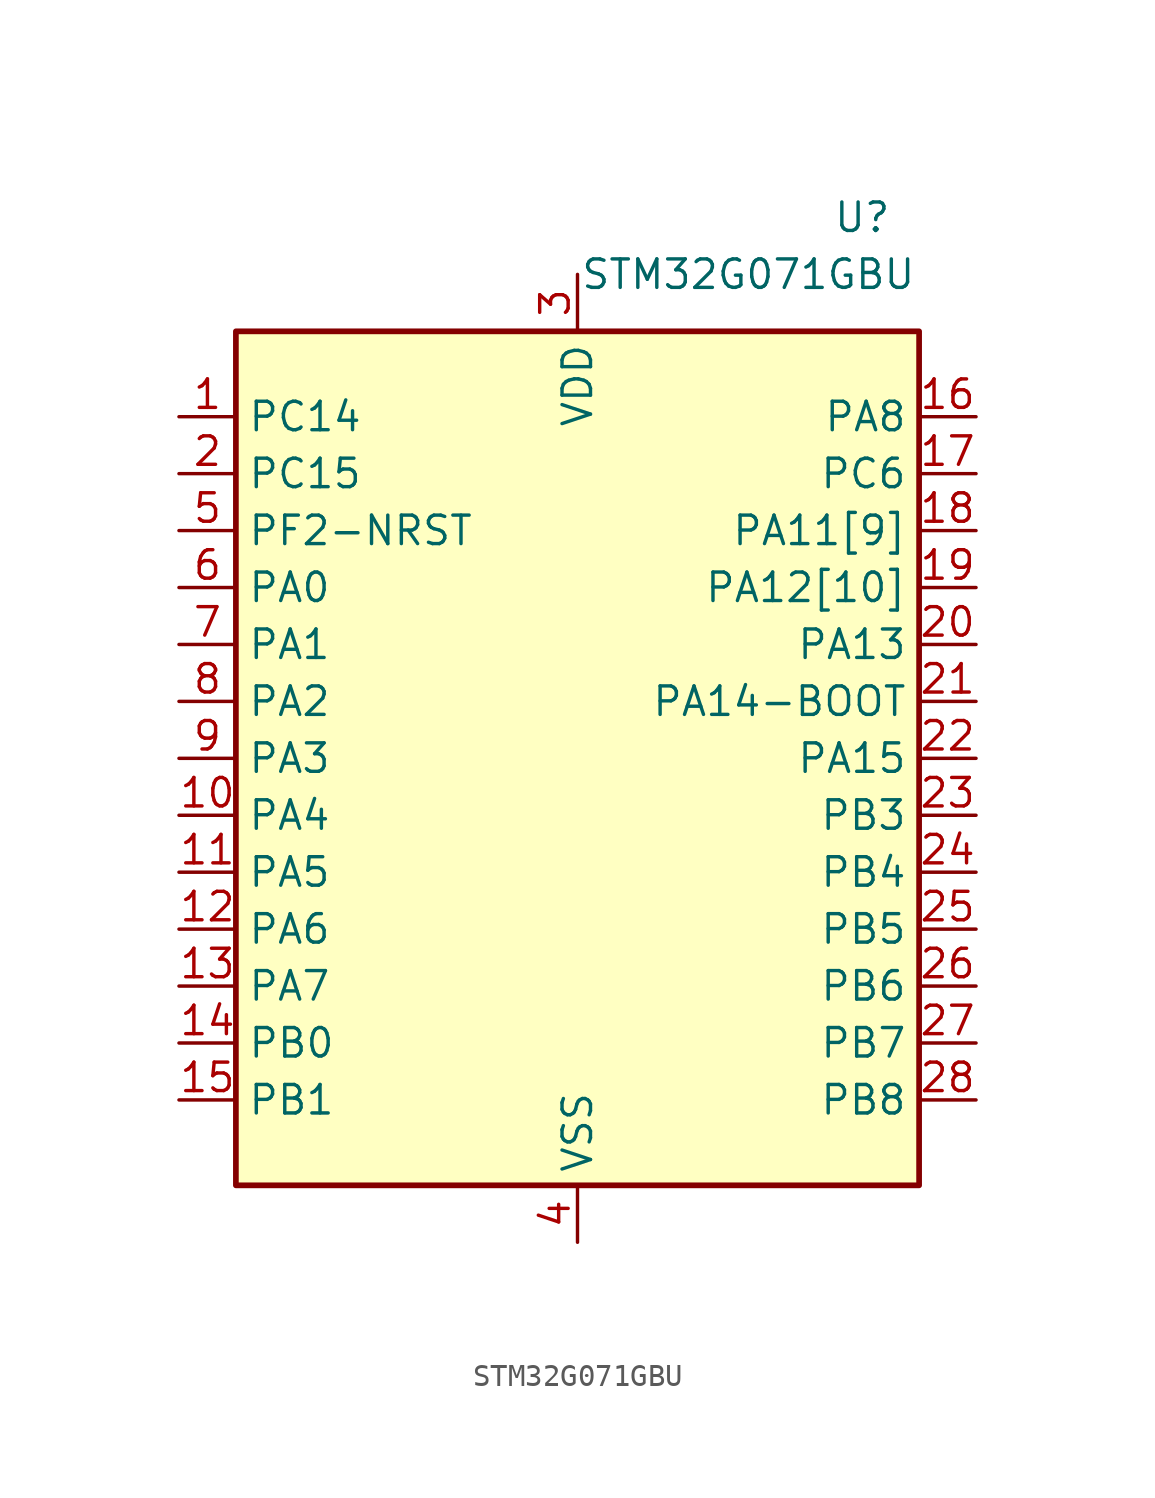
<source format=kicad_sym>
(kicad_symbol_lib
  (version 20211014)
  (generator kicad_symbol_editor)
  (symbol "STM32G071GBU"
    (property "Reference" "U"
      (at 12.7 27.94 0)
      (effects (font (size 1.27 1.27))))
    (property "Value" "STM32G071GBU"
      (at 7.62 25.4 0)
      (effects (font (size 1.27 1.27))))
    (symbol "STM32G071GBU_0_1"
      (rectangle (start -15.24 22.86) (end 15.24 -15.24) (stroke (width 0.254) (type default) (color 0 0 0 0)) (fill (type background))))
    (symbol "STM32G071GBU_1_1"
      (pin bidirectional line (at -17.78 19.05 0) (length 2.54) (name "PC14" (effects (font (size 1.27 1.27)))) (number "1" (effects (font (size 1.27 1.27)))))
      (pin bidirectional line (at -17.78 1.27 0) (length 2.54) (name "PA4" (effects (font (size 1.27 1.27)))) (number "10" (effects (font (size 1.27 1.27)))))
      (pin bidirectional line (at -17.78 -1.27 0) (length 2.54) (name "PA5" (effects (font (size 1.27 1.27)))) (number "11" (effects (font (size 1.27 1.27)))))
      (pin bidirectional line (at -17.78 -3.81 0) (length 2.54) (name "PA6" (effects (font (size 1.27 1.27)))) (number "12" (effects (font (size 1.27 1.27)))))
      (pin bidirectional line (at -17.78 -6.35 0) (length 2.54) (name "PA7" (effects (font (size 1.27 1.27)))) (number "13" (effects (font (size 1.27 1.27)))))
      (pin bidirectional line (at -17.78 -8.89 0) (length 2.54) (name "PB0" (effects (font (size 1.27 1.27)))) (number "14" (effects (font (size 1.27 1.27)))))
      (pin bidirectional line (at -17.78 -11.43 0) (length 2.54) (name "PB1" (effects (font (size 1.27 1.27)))) (number "15" (effects (font (size 1.27 1.27)))))
      (pin bidirectional line (at 17.78 19.05 180) (length 2.54) (name "PA8" (effects (font (size 1.27 1.27)))) (number "16" (effects (font (size 1.27 1.27)))))
      (pin bidirectional line (at 17.78 16.51 180) (length 2.54) (name "PC6" (effects (font (size 1.27 1.27)))) (number "17" (effects (font (size 1.27 1.27)))))
      (pin bidirectional line (at 17.78 13.97 180) (length 2.54) (name "PA11[9]" (effects (font (size 1.27 1.27)))) (number "18" (effects (font (size 1.27 1.27)))))
      (pin bidirectional line (at 17.78 11.43 180) (length 2.54) (name "PA12[10]" (effects (font (size 1.27 1.27)))) (number "19" (effects (font (size 1.27 1.27)))))
      (pin bidirectional line (at -17.78 16.51 0) (length 2.54) (name "PC15" (effects (font (size 1.27 1.27)))) (number "2" (effects (font (size 1.27 1.27)))))
      (pin bidirectional line (at 17.78 8.89 180) (length 2.54) (name "PA13" (effects (font (size 1.27 1.27)))) (number "20" (effects (font (size 1.27 1.27)))))
      (pin bidirectional line (at 17.78 6.35 180) (length 2.54) (name "PA14-BOOT" (effects (font (size 1.27 1.27)))) (number "21" (effects (font (size 1.27 1.27)))))
      (pin bidirectional line (at 17.78 3.81 180) (length 2.54) (name "PA15" (effects (font (size 1.27 1.27)))) (number "22" (effects (font (size 1.27 1.27)))))
      (pin bidirectional line (at 17.78 1.27 180) (length 2.54) (name "PB3" (effects (font (size 1.27 1.27)))) (number "23" (effects (font (size 1.27 1.27)))))
      (pin bidirectional line (at 17.78 -1.27 180) (length 2.54) (name "PB4" (effects (font (size 1.27 1.27)))) (number "24" (effects (font (size 1.27 1.27)))))
      (pin bidirectional line (at 17.78 -3.81 180) (length 2.54) (name "PB5" (effects (font (size 1.27 1.27)))) (number "25" (effects (font (size 1.27 1.27)))))
      (pin bidirectional line (at 17.78 -6.35 180) (length 2.54) (name "PB6" (effects (font (size 1.27 1.27)))) (number "26" (effects (font (size 1.27 1.27)))))
      (pin bidirectional line (at 17.78 -8.89 180) (length 2.54) (name "PB7" (effects (font (size 1.27 1.27)))) (number "27" (effects (font (size 1.27 1.27)))))
      (pin bidirectional line (at 17.78 -11.43 180) (length 2.54) (name "PB8" (effects (font (size 1.27 1.27)))) (number "28" (effects (font (size 1.27 1.27)))))
      (pin bidirectional line (at 0 25.4 270) (length 2.54) (name "VDD" (effects (font (size 1.27 1.27)))) (number "3" (effects (font (size 1.27 1.27)))))
      (pin bidirectional line (at 0 -17.78 90) (length 2.54) (name "VSS" (effects (font (size 1.27 1.27)))) (number "4" (effects (font (size 1.27 1.27)))))
      (pin bidirectional line (at -17.78 13.97 0) (length 2.54) (name "PF2-NRST" (effects (font (size 1.27 1.27)))) (number "5" (effects (font (size 1.27 1.27)))))
      (pin bidirectional line (at -17.78 11.43 0) (length 2.54) (name "PA0" (effects (font (size 1.27 1.27)))) (number "6" (effects (font (size 1.27 1.27)))))
      (pin bidirectional line (at -17.78 8.89 0) (length 2.54) (name "PA1" (effects (font (size 1.27 1.27)))) (number "7" (effects (font (size 1.27 1.27)))))
      (pin bidirectional line (at -17.78 6.35 0) (length 2.54) (name "PA2" (effects (font (size 1.27 1.27)))) (number "8" (effects (font (size 1.27 1.27)))))
      (pin bidirectional line (at -17.78 3.81 0) (length 2.54) (name "PA3" (effects (font (size 1.27 1.27)))) (number "9" (effects (font (size 1.27 1.27))))))))
</source>
